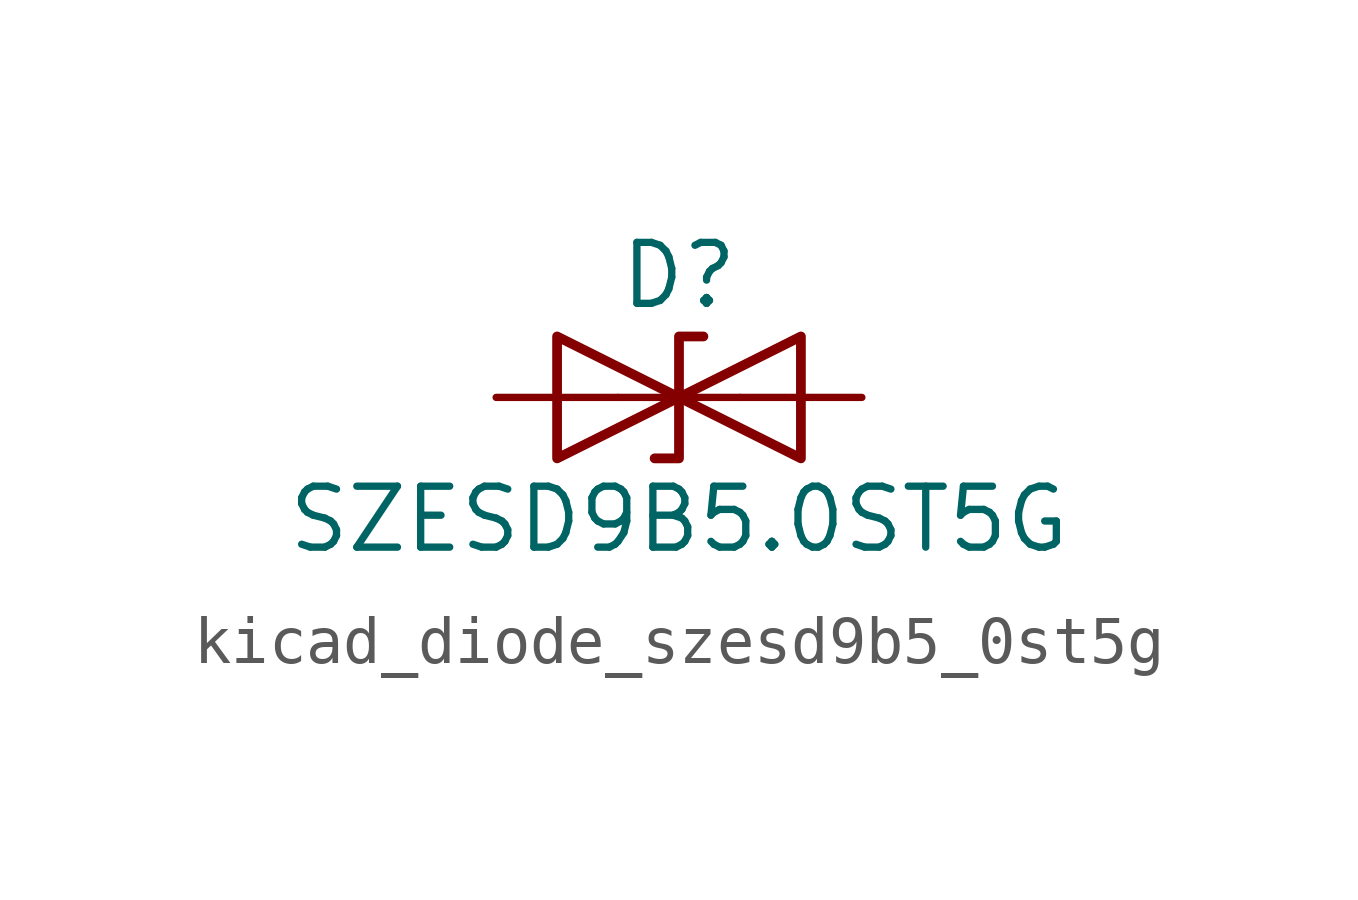
<source format=kicad_sym>
(kicad_symbol_lib
  (version 20220914)
  (generator kicad_symbol_editor)
  (symbol "kicad_diode_szesd9b5_0st5g"
    (pin_numbers hide)
    (pin_names
      (offset 1.016) hide)
    (property "Reference" "D"
      (at 0 2.54 0)
      (effects (font (size 1.27 1.27))))
    (property "Value" "SZESD9B5.0ST5G"
      (at 0 -2.54 0)
      (effects (font (size 1.27 1.27))))
    (symbol "kicad_diode_szesd9b5_0st5g_0_1"
      (polyline (pts (xy 1.27 0) (xy -1.27 0)) (stroke (width 0) (type default)) (fill (type none)))
      (polyline (pts (xy -2.54 -1.27) (xy 0 0) (xy -2.54 1.27) (xy -2.54 -1.27)) (stroke (width 0.203) (type default)) (fill (type none)))
      (polyline (pts (xy 0.508 1.27) (xy 0 1.27) (xy 0 -1.27) (xy -0.508 -1.27)) (stroke (width 0.203) (type default)) (fill (type none)))
      (polyline (pts (xy 2.54 1.27) (xy 2.54 -1.27) (xy 0 0) (xy 2.54 1.27)) (stroke (width 0.203) (type default)) (fill (type none))))
    (symbol "kicad_diode_szesd9b5_0st5g_1_1"
      (pin passive line (at -3.81 0 0) (length 2.54) (name "A1" (effects (font (size 1.27 1.27)))) (number "1" (effects (font (size 1.27 1.27)))))
      (pin passive line (at 3.81 0 180) (length 2.54) (name "A2" (effects (font (size 1.27 1.27)))) (number "2" (effects (font (size 1.27 1.27))))))))
</source>
